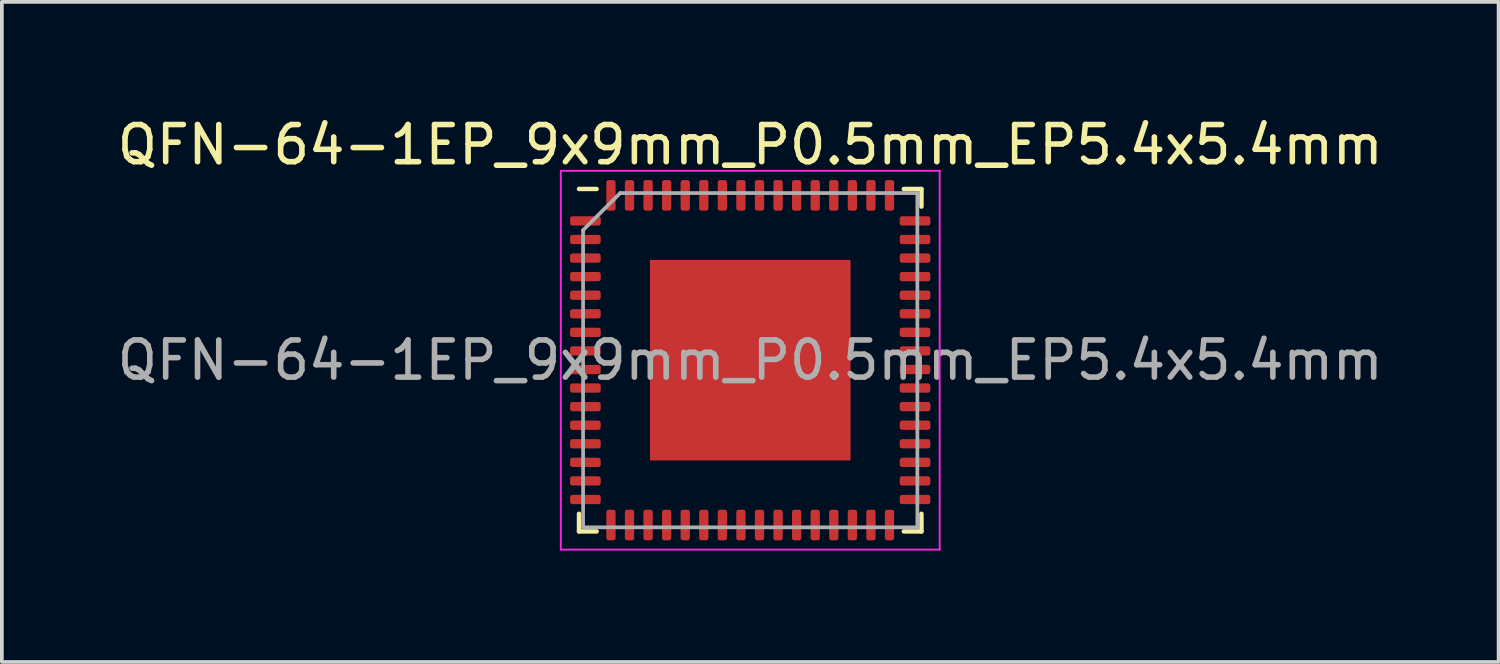
<source format=kicad_pcb>
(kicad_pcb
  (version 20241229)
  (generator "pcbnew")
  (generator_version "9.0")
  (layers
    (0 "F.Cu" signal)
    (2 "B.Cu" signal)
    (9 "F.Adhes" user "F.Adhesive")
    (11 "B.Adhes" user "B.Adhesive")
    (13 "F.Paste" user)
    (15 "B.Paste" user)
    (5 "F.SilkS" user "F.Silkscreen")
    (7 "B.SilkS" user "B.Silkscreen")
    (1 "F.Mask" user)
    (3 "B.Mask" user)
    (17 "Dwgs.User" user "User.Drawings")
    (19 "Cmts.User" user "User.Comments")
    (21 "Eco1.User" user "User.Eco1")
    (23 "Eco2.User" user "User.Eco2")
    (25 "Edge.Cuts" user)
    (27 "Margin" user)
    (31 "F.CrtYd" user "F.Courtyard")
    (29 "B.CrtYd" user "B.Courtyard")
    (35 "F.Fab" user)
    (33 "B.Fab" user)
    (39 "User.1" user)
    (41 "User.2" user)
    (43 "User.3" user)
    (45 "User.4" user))
  (footprint "QFN-64-1EP_9x9mm_P0.5mm_EP5.4x5.4mm"
    (layer "F.Cu")
    (at 17.149 6.648)
    (property "Reference" "QFN-64-1EP_9x9mm_P0.5mm_EP5.4x5.4mm" (at 0 -5.8 0) (layer "F.SilkS") (effects (font (size 1 1) (thickness 0.15))))
    (attr smd)
    (fp_line (start -4.61 4.61) (end -4.61 4.135) (stroke (width 0.12) (type solid)) (layer "F.SilkS"))
    (fp_line (start -4.135 -4.61) (end -4.61 -4.61) (stroke (width 0.12) (type solid)) (layer "F.SilkS"))
    (fp_line (start -4.135 4.61) (end -4.61 4.61) (stroke (width 0.12) (type solid)) (layer "F.SilkS"))
    (fp_line (start 4.135 -4.61) (end 4.61 -4.61) (stroke (width 0.12) (type solid)) (layer "F.SilkS"))
    (fp_line (start 4.135 4.61) (end 4.61 4.61) (stroke (width 0.12) (type solid)) (layer "F.SilkS"))
    (fp_line (start 4.61 -4.61) (end 4.61 -4.135) (stroke (width 0.12) (type solid)) (layer "F.SilkS"))
    (fp_line (start 4.61 4.61) (end 4.61 4.135) (stroke (width 0.12) (type solid)) (layer "F.SilkS"))
    (fp_line (start -5.1 -5.1) (end -5.1 5.1) (stroke (width 0.05) (type solid)) (layer "F.CrtYd"))
    (fp_line (start -5.1 5.1) (end 5.1 5.1) (stroke (width 0.05) (type solid)) (layer "F.CrtYd"))
    (fp_line (start 5.1 -5.1) (end -5.1 -5.1) (stroke (width 0.05) (type solid)) (layer "F.CrtYd"))
    (fp_line (start 5.1 5.1) (end 5.1 -5.1) (stroke (width 0.05) (type solid)) (layer "F.CrtYd"))
    (fp_line (start -4.5 -3.5) (end -3.5 -4.5) (stroke (width 0.1) (type solid)) (layer "F.Fab"))
    (fp_line (start -4.5 4.5) (end -4.5 -3.5) (stroke (width 0.1) (type solid)) (layer "F.Fab"))
    (fp_line (start -3.5 -4.5) (end 4.5 -4.5) (stroke (width 0.1) (type solid)) (layer "F.Fab"))
    (fp_line (start 4.5 -4.5) (end 4.5 4.5) (stroke (width 0.1) (type solid)) (layer "F.Fab"))
    (fp_line (start 4.5 4.5) (end -4.5 4.5) (stroke (width 0.1) (type solid)) (layer "F.Fab"))
    (fp_text user "${REFERENCE}" (at 0 0 0) (layer "F.Fab") (effects (font (size 1 1) (thickness 0.15))))
    (pad "" smd roundrect (at -2.025 -2.025) (size 1.09 1.09) (layers "F.Paste") (roundrect_rratio 0.229))
    (pad "" smd roundrect (at -2.025 -0.675) (size 1.09 1.09) (layers "F.Paste") (roundrect_rratio 0.229))
    (pad "" smd roundrect (at -2.025 0.675) (size 1.09 1.09) (layers "F.Paste") (roundrect_rratio 0.229))
    (pad "" smd roundrect (at -2.025 2.025) (size 1.09 1.09) (layers "F.Paste") (roundrect_rratio 0.229))
    (pad "" smd roundrect (at -0.675 -2.025) (size 1.09 1.09) (layers "F.Paste") (roundrect_rratio 0.229))
    (pad "" smd roundrect (at -0.675 -0.675) (size 1.09 1.09) (layers "F.Paste") (roundrect_rratio 0.229))
    (pad "" smd roundrect (at -0.675 0.675) (size 1.09 1.09) (layers "F.Paste") (roundrect_rratio 0.229))
    (pad "" smd roundrect (at -0.675 2.025) (size 1.09 1.09) (layers "F.Paste") (roundrect_rratio 0.229))
    (pad "" smd roundrect (at 0.675 -2.025) (size 1.09 1.09) (layers "F.Paste") (roundrect_rratio 0.229))
    (pad "" smd roundrect (at 0.675 -0.675) (size 1.09 1.09) (layers "F.Paste") (roundrect_rratio 0.229))
    (pad "" smd roundrect (at 0.675 0.675) (size 1.09 1.09) (layers "F.Paste") (roundrect_rratio 0.229))
    (pad "" smd roundrect (at 0.675 2.025) (size 1.09 1.09) (layers "F.Paste") (roundrect_rratio 0.229))
    (pad "" smd roundrect (at 2.025 -2.025) (size 1.09 1.09) (layers "F.Paste") (roundrect_rratio 0.229))
    (pad "" smd roundrect (at 2.025 -0.675) (size 1.09 1.09) (layers "F.Paste") (roundrect_rratio 0.229))
    (pad "" smd roundrect (at 2.025 0.675) (size 1.09 1.09) (layers "F.Paste") (roundrect_rratio 0.229))
    (pad "" smd roundrect (at 2.025 2.025) (size 1.09 1.09) (layers "F.Paste") (roundrect_rratio 0.229))
    (pad "1" smd roundrect (at -4.438 -3.75) (size 0.825 0.25) (layers "F.Cu" "F.Mask" "F.Paste") (roundrect_rratio 0.25))
    (pad "2" smd roundrect (at -4.438 -3.25) (size 0.825 0.25) (layers "F.Cu" "F.Mask" "F.Paste") (roundrect_rratio 0.25))
    (pad "3" smd roundrect (at -4.438 -2.75) (size 0.825 0.25) (layers "F.Cu" "F.Mask" "F.Paste") (roundrect_rratio 0.25))
    (pad "4" smd roundrect (at -4.438 -2.25) (size 0.825 0.25) (layers "F.Cu" "F.Mask" "F.Paste") (roundrect_rratio 0.25))
    (pad "5" smd roundrect (at -4.438 -1.75) (size 0.825 0.25) (layers "F.Cu" "F.Mask" "F.Paste") (roundrect_rratio 0.25))
    (pad "6" smd roundrect (at -4.438 -1.25) (size 0.825 0.25) (layers "F.Cu" "F.Mask" "F.Paste") (roundrect_rratio 0.25))
    (pad "7" smd roundrect (at -4.438 -0.75) (size 0.825 0.25) (layers "F.Cu" "F.Mask" "F.Paste") (roundrect_rratio 0.25))
    (pad "8" smd roundrect (at -4.438 -0.25) (size 0.825 0.25) (layers "F.Cu" "F.Mask" "F.Paste") (roundrect_rratio 0.25))
    (pad "9" smd roundrect (at -4.438 0.25) (size 0.825 0.25) (layers "F.Cu" "F.Mask" "F.Paste") (roundrect_rratio 0.25))
    (pad "10" smd roundrect (at -4.438 0.75) (size 0.825 0.25) (layers "F.Cu" "F.Mask" "F.Paste") (roundrect_rratio 0.25))
    (pad "11" smd roundrect (at -4.438 1.25) (size 0.825 0.25) (layers "F.Cu" "F.Mask" "F.Paste") (roundrect_rratio 0.25))
    (pad "12" smd roundrect (at -4.438 1.75) (size 0.825 0.25) (layers "F.Cu" "F.Mask" "F.Paste") (roundrect_rratio 0.25))
    (pad "13" smd roundrect (at -4.438 2.25) (size 0.825 0.25) (layers "F.Cu" "F.Mask" "F.Paste") (roundrect_rratio 0.25))
    (pad "14" smd roundrect (at -4.438 2.75) (size 0.825 0.25) (layers "F.Cu" "F.Mask" "F.Paste") (roundrect_rratio 0.25))
    (pad "15" smd roundrect (at -4.438 3.25) (size 0.825 0.25) (layers "F.Cu" "F.Mask" "F.Paste") (roundrect_rratio 0.25))
    (pad "16" smd roundrect (at -4.438 3.75) (size 0.825 0.25) (layers "F.Cu" "F.Mask" "F.Paste") (roundrect_rratio 0.25))
    (pad "17" smd roundrect (at -3.75 4.438) (size 0.25 0.825) (layers "F.Cu" "F.Mask" "F.Paste") (roundrect_rratio 0.25))
    (pad "18" smd roundrect (at -3.25 4.438) (size 0.25 0.825) (layers "F.Cu" "F.Mask" "F.Paste") (roundrect_rratio 0.25))
    (pad "19" smd roundrect (at -2.75 4.438) (size 0.25 0.825) (layers "F.Cu" "F.Mask" "F.Paste") (roundrect_rratio 0.25))
    (pad "20" smd roundrect (at -2.25 4.438) (size 0.25 0.825) (layers "F.Cu" "F.Mask" "F.Paste") (roundrect_rratio 0.25))
    (pad "21" smd roundrect (at -1.75 4.438) (size 0.25 0.825) (layers "F.Cu" "F.Mask" "F.Paste") (roundrect_rratio 0.25))
    (pad "22" smd roundrect (at -1.25 4.438) (size 0.25 0.825) (layers "F.Cu" "F.Mask" "F.Paste") (roundrect_rratio 0.25))
    (pad "23" smd roundrect (at -0.75 4.438) (size 0.25 0.825) (layers "F.Cu" "F.Mask" "F.Paste") (roundrect_rratio 0.25))
    (pad "24" smd roundrect (at -0.25 4.438) (size 0.25 0.825) (layers "F.Cu" "F.Mask" "F.Paste") (roundrect_rratio 0.25))
    (pad "25" smd roundrect (at 0.25 4.438) (size 0.25 0.825) (layers "F.Cu" "F.Mask" "F.Paste") (roundrect_rratio 0.25))
    (pad "26" smd roundrect (at 0.75 4.438) (size 0.25 0.825) (layers "F.Cu" "F.Mask" "F.Paste") (roundrect_rratio 0.25))
    (pad "27" smd roundrect (at 1.25 4.438) (size 0.25 0.825) (layers "F.Cu" "F.Mask" "F.Paste") (roundrect_rratio 0.25))
    (pad "28" smd roundrect (at 1.75 4.438) (size 0.25 0.825) (layers "F.Cu" "F.Mask" "F.Paste") (roundrect_rratio 0.25))
    (pad "29" smd roundrect (at 2.25 4.438) (size 0.25 0.825) (layers "F.Cu" "F.Mask" "F.Paste") (roundrect_rratio 0.25))
    (pad "30" smd roundrect (at 2.75 4.438) (size 0.25 0.825) (layers "F.Cu" "F.Mask" "F.Paste") (roundrect_rratio 0.25))
    (pad "31" smd roundrect (at 3.25 4.438) (size 0.25 0.825) (layers "F.Cu" "F.Mask" "F.Paste") (roundrect_rratio 0.25))
    (pad "32" smd roundrect (at 3.75 4.438) (size 0.25 0.825) (layers "F.Cu" "F.Mask" "F.Paste") (roundrect_rratio 0.25))
    (pad "33" smd roundrect (at 4.438 3.75) (size 0.825 0.25) (layers "F.Cu" "F.Mask" "F.Paste") (roundrect_rratio 0.25))
    (pad "34" smd roundrect (at 4.438 3.25) (size 0.825 0.25) (layers "F.Cu" "F.Mask" "F.Paste") (roundrect_rratio 0.25))
    (pad "35" smd roundrect (at 4.438 2.75) (size 0.825 0.25) (layers "F.Cu" "F.Mask" "F.Paste") (roundrect_rratio 0.25))
    (pad "36" smd roundrect (at 4.438 2.25) (size 0.825 0.25) (layers "F.Cu" "F.Mask" "F.Paste") (roundrect_rratio 0.25))
    (pad "37" smd roundrect (at 4.438 1.75) (size 0.825 0.25) (layers "F.Cu" "F.Mask" "F.Paste") (roundrect_rratio 0.25))
    (pad "38" smd roundrect (at 4.438 1.25) (size 0.825 0.25) (layers "F.Cu" "F.Mask" "F.Paste") (roundrect_rratio 0.25))
    (pad "39" smd roundrect (at 4.438 0.75) (size 0.825 0.25) (layers "F.Cu" "F.Mask" "F.Paste") (roundrect_rratio 0.25))
    (pad "40" smd roundrect (at 4.438 0.25) (size 0.825 0.25) (layers "F.Cu" "F.Mask" "F.Paste") (roundrect_rratio 0.25))
    (pad "41" smd roundrect (at 4.438 -0.25) (size 0.825 0.25) (layers "F.Cu" "F.Mask" "F.Paste") (roundrect_rratio 0.25))
    (pad "42" smd roundrect (at 4.438 -0.75) (size 0.825 0.25) (layers "F.Cu" "F.Mask" "F.Paste") (roundrect_rratio 0.25))
    (pad "43" smd roundrect (at 4.438 -1.25) (size 0.825 0.25) (layers "F.Cu" "F.Mask" "F.Paste") (roundrect_rratio 0.25))
    (pad "44" smd roundrect (at 4.438 -1.75) (size 0.825 0.25) (layers "F.Cu" "F.Mask" "F.Paste") (roundrect_rratio 0.25))
    (pad "45" smd roundrect (at 4.438 -2.25) (size 0.825 0.25) (layers "F.Cu" "F.Mask" "F.Paste") (roundrect_rratio 0.25))
    (pad "46" smd roundrect (at 4.438 -2.75) (size 0.825 0.25) (layers "F.Cu" "F.Mask" "F.Paste") (roundrect_rratio 0.25))
    (pad "47" smd roundrect (at 4.438 -3.25) (size 0.825 0.25) (layers "F.Cu" "F.Mask" "F.Paste") (roundrect_rratio 0.25))
    (pad "48" smd roundrect (at 4.438 -3.75) (size 0.825 0.25) (layers "F.Cu" "F.Mask" "F.Paste") (roundrect_rratio 0.25))
    (pad "49" smd roundrect (at 3.75 -4.438) (size 0.25 0.825) (layers "F.Cu" "F.Mask" "F.Paste") (roundrect_rratio 0.25))
    (pad "50" smd roundrect (at 3.25 -4.438) (size 0.25 0.825) (layers "F.Cu" "F.Mask" "F.Paste") (roundrect_rratio 0.25))
    (pad "51" smd roundrect (at 2.75 -4.438) (size 0.25 0.825) (layers "F.Cu" "F.Mask" "F.Paste") (roundrect_rratio 0.25))
    (pad "52" smd roundrect (at 2.25 -4.438) (size 0.25 0.825) (layers "F.Cu" "F.Mask" "F.Paste") (roundrect_rratio 0.25))
    (pad "53" smd roundrect (at 1.75 -4.438) (size 0.25 0.825) (layers "F.Cu" "F.Mask" "F.Paste") (roundrect_rratio 0.25))
    (pad "54" smd roundrect (at 1.25 -4.438) (size 0.25 0.825) (layers "F.Cu" "F.Mask" "F.Paste") (roundrect_rratio 0.25))
    (pad "55" smd roundrect (at 0.75 -4.438) (size 0.25 0.825) (layers "F.Cu" "F.Mask" "F.Paste") (roundrect_rratio 0.25))
    (pad "56" smd roundrect (at 0.25 -4.438) (size 0.25 0.825) (layers "F.Cu" "F.Mask" "F.Paste") (roundrect_rratio 0.25))
    (pad "57" smd roundrect (at -0.25 -4.438) (size 0.25 0.825) (layers "F.Cu" "F.Mask" "F.Paste") (roundrect_rratio 0.25))
    (pad "58" smd roundrect (at -0.75 -4.438) (size 0.25 0.825) (layers "F.Cu" "F.Mask" "F.Paste") (roundrect_rratio 0.25))
    (pad "59" smd roundrect (at -1.25 -4.438) (size 0.25 0.825) (layers "F.Cu" "F.Mask" "F.Paste") (roundrect_rratio 0.25))
    (pad "60" smd roundrect (at -1.75 -4.438) (size 0.25 0.825) (layers "F.Cu" "F.Mask" "F.Paste") (roundrect_rratio 0.25))
    (pad "61" smd roundrect (at -2.25 -4.438) (size 0.25 0.825) (layers "F.Cu" "F.Mask" "F.Paste") (roundrect_rratio 0.25))
    (pad "62" smd roundrect (at -2.75 -4.438) (size 0.25 0.825) (layers "F.Cu" "F.Mask" "F.Paste") (roundrect_rratio 0.25))
    (pad "63" smd roundrect (at -3.25 -4.438) (size 0.25 0.825) (layers "F.Cu" "F.Mask" "F.Paste") (roundrect_rratio 0.25))
    (pad "64" smd roundrect (at -3.75 -4.438) (size 0.25 0.825) (layers "F.Cu" "F.Mask" "F.Paste") (roundrect_rratio 0.25))
    (pad "65" smd rect (at 0 0) (size 5.4 5.4) (layers "F.Cu" "F.Mask")))
  (gr_rect
    (start -3 -3)
    (end 37.298 14.773)
    (stroke (width 0.1) (type default))
    (fill no)
    (layer "Edge.Cuts")))
</source>
